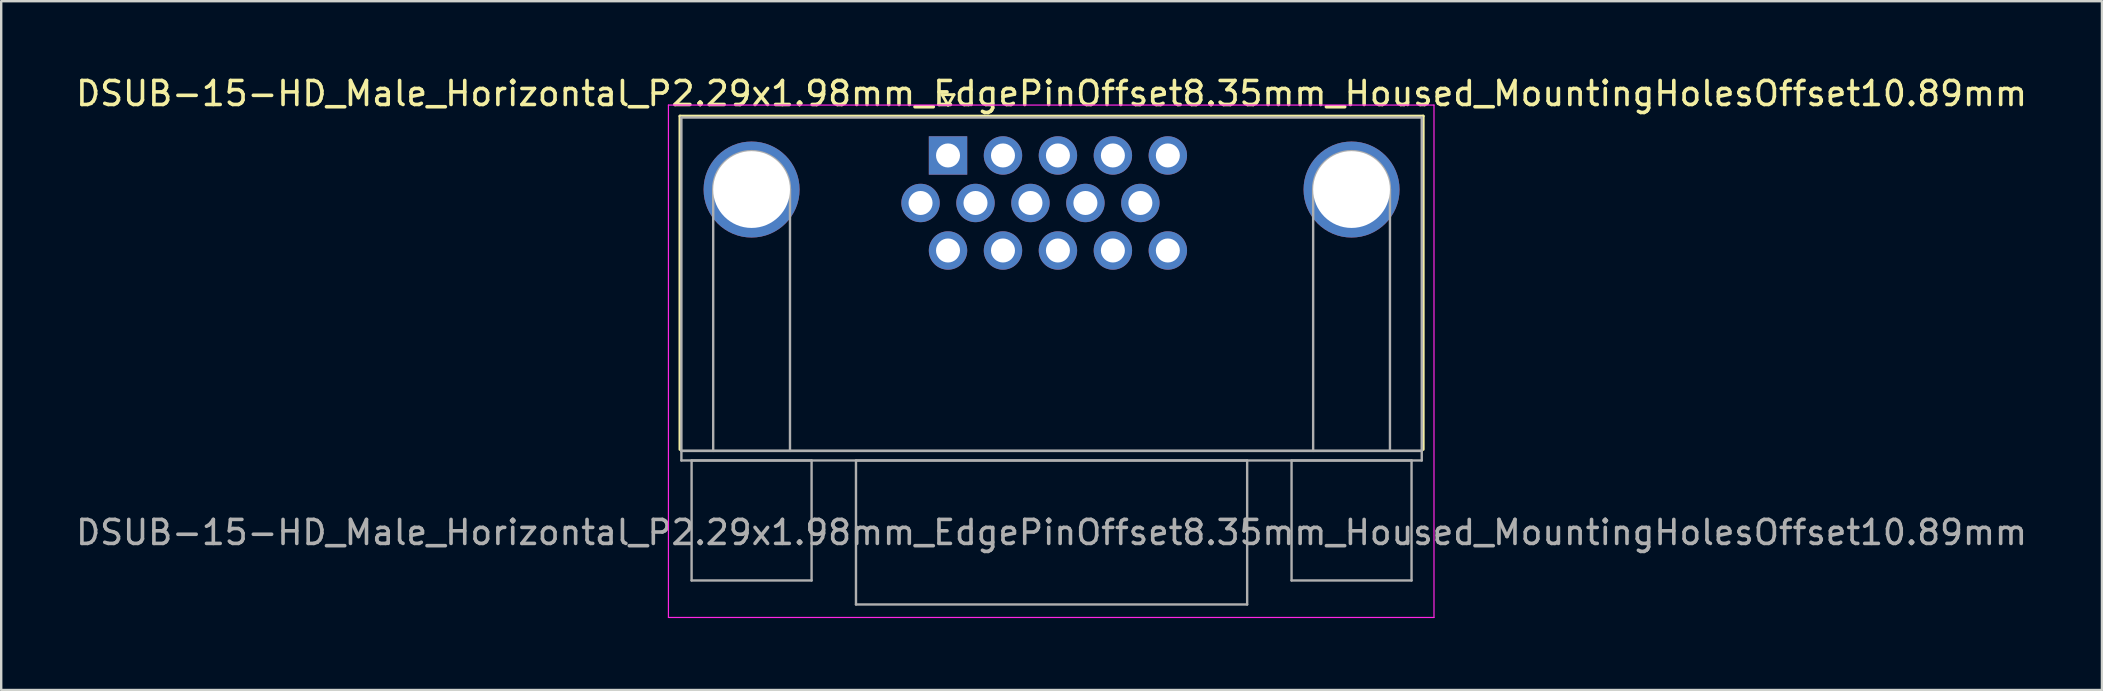
<source format=kicad_pcb>
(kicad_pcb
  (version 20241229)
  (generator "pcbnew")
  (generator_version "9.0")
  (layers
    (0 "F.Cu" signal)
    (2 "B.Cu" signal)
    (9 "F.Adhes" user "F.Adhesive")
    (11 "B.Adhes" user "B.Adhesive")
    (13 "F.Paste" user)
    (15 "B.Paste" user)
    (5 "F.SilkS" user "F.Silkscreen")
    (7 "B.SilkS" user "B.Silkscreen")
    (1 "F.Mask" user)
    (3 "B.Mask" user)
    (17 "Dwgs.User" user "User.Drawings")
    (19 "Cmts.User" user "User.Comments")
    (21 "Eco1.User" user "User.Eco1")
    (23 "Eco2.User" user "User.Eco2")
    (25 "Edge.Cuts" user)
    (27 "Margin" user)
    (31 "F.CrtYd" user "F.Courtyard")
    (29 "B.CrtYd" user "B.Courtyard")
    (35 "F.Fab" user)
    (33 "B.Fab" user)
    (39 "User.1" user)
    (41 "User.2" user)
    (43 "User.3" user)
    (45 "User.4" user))
  (footprint "DSUB-15-HD_Male_Horizontal_P2.29x1.98mm_EdgePinOffset8.35mm_Housed_MountingHolesOffset10.89mm"
    (layer "F.Cu")
    (at 36.453 3.428)
    (property "Reference" "DSUB-15-HD_Male_Horizontal_P2.29x1.98mm_EdgePinOffset8.35mm_Housed_MountingHolesOffset10.89mm" (at 4.315 -2.58 0) (layer "F.SilkS") (effects (font (size 1 1) (thickness 0.15))))
    (attr through_hole)
    (fp_line (start -11.17 -1.64) (end 19.8 -1.64) (stroke (width 0.12) (type solid)) (layer "F.SilkS"))
    (fp_line (start -11.17 12.25) (end -11.17 -1.64) (stroke (width 0.12) (type solid)) (layer "F.SilkS"))
    (fp_line (start -0.25 -2.534) (end 0.25 -2.534) (stroke (width 0.12) (type solid)) (layer "F.SilkS"))
    (fp_line (start 0 -2.101) (end -0.25 -2.534) (stroke (width 0.12) (type solid)) (layer "F.SilkS"))
    (fp_line (start 0.25 -2.534) (end 0 -2.101) (stroke (width 0.12) (type solid)) (layer "F.SilkS"))
    (fp_line (start 19.8 -1.64) (end 19.8 12.25) (stroke (width 0.12) (type solid)) (layer "F.SilkS"))
    (fp_line (start -11.65 -2.1) (end -11.65 19.25) (stroke (width 0.05) (type solid)) (layer "F.CrtYd"))
    (fp_line (start -11.65 19.25) (end 20.25 19.25) (stroke (width 0.05) (type solid)) (layer "F.CrtYd"))
    (fp_line (start 20.25 -2.1) (end -11.65 -2.1) (stroke (width 0.05) (type solid)) (layer "F.CrtYd"))
    (fp_line (start 20.25 19.25) (end 20.25 -2.1) (stroke (width 0.05) (type solid)) (layer "F.CrtYd"))
    (fp_line (start -11.11 -1.58) (end -11.11 12.31) (stroke (width 0.1) (type solid)) (layer "F.Fab"))
    (fp_line (start -11.11 12.31) (end -11.11 12.71) (stroke (width 0.1) (type solid)) (layer "F.Fab"))
    (fp_line (start -11.11 12.31) (end 19.74 12.31) (stroke (width 0.1) (type solid)) (layer "F.Fab"))
    (fp_line (start -11.11 12.71) (end 19.74 12.71) (stroke (width 0.1) (type solid)) (layer "F.Fab"))
    (fp_line (start -10.685 12.71) (end -10.685 17.71) (stroke (width 0.1) (type solid)) (layer "F.Fab"))
    (fp_line (start -10.685 17.71) (end -5.685 17.71) (stroke (width 0.1) (type solid)) (layer "F.Fab"))
    (fp_line (start -9.785 12.31) (end -9.785 1.42) (stroke (width 0.1) (type solid)) (layer "F.Fab"))
    (fp_line (start -6.585 12.31) (end -6.585 1.42) (stroke (width 0.1) (type solid)) (layer "F.Fab"))
    (fp_line (start -5.685 12.71) (end -10.685 12.71) (stroke (width 0.1) (type solid)) (layer "F.Fab"))
    (fp_line (start -5.685 17.71) (end -5.685 12.71) (stroke (width 0.1) (type solid)) (layer "F.Fab"))
    (fp_line (start -3.835 12.71) (end -3.835 18.71) (stroke (width 0.1) (type solid)) (layer "F.Fab"))
    (fp_line (start -3.835 18.71) (end 12.465 18.71) (stroke (width 0.1) (type solid)) (layer "F.Fab"))
    (fp_line (start 12.465 12.71) (end -3.835 12.71) (stroke (width 0.1) (type solid)) (layer "F.Fab"))
    (fp_line (start 12.465 18.71) (end 12.465 12.71) (stroke (width 0.1) (type solid)) (layer "F.Fab"))
    (fp_line (start 14.315 12.71) (end 14.315 17.71) (stroke (width 0.1) (type solid)) (layer "F.Fab"))
    (fp_line (start 14.315 17.71) (end 19.315 17.71) (stroke (width 0.1) (type solid)) (layer "F.Fab"))
    (fp_line (start 15.215 12.31) (end 15.215 1.42) (stroke (width 0.1) (type solid)) (layer "F.Fab"))
    (fp_line (start 18.415 12.31) (end 18.415 1.42) (stroke (width 0.1) (type solid)) (layer "F.Fab"))
    (fp_line (start 19.315 12.71) (end 14.315 12.71) (stroke (width 0.1) (type solid)) (layer "F.Fab"))
    (fp_line (start 19.315 17.71) (end 19.315 12.71) (stroke (width 0.1) (type solid)) (layer "F.Fab"))
    (fp_line (start 19.74 -1.58) (end -11.11 -1.58) (stroke (width 0.1) (type solid)) (layer "F.Fab"))
    (fp_line (start 19.74 12.31) (end -11.11 12.31) (stroke (width 0.1) (type solid)) (layer "F.Fab"))
    (fp_line (start 19.74 12.31) (end 19.74 -1.58) (stroke (width 0.1) (type solid)) (layer "F.Fab"))
    (fp_line (start 19.74 12.71) (end 19.74 12.31) (stroke (width 0.1) (type solid)) (layer "F.Fab"))
    (fp_arc (start -9.785 1.42) (mid -8.185 -0.18) (end -6.585 1.42) (stroke (width 0.1) (type solid)) (layer "F.Fab"))
    (fp_arc (start 15.215 1.42) (mid 16.815 -0.18) (end 18.415 1.42) (stroke (width 0.1) (type solid)) (layer "F.Fab"))
    (fp_text user "${REFERENCE}" (at 4.315 15.71 0) (layer "F.Fab") (effects (font (size 1 1) (thickness 0.15))))
    (pad "0" thru_hole circle (at -8.185 1.42) (size 4 4) (drill 3.2) (layers "*.Cu" "*.Mask"))
    (pad "0" thru_hole circle (at 16.815 1.42) (size 4 4) (drill 3.2) (layers "*.Cu" "*.Mask"))
    (pad "1" thru_hole rect (at 0 0) (size 1.6 1.6) (drill 1) (layers "*.Cu" "*.Mask"))
    (pad "2" thru_hole circle (at 2.29 0) (size 1.6 1.6) (drill 1) (layers "*.Cu" "*.Mask"))
    (pad "3" thru_hole circle (at 4.58 0) (size 1.6 1.6) (drill 1) (layers "*.Cu" "*.Mask"))
    (pad "4" thru_hole circle (at 6.87 0) (size 1.6 1.6) (drill 1) (layers "*.Cu" "*.Mask"))
    (pad "5" thru_hole circle (at 9.16 0) (size 1.6 1.6) (drill 1) (layers "*.Cu" "*.Mask"))
    (pad "6" thru_hole circle (at -1.145 1.98) (size 1.6 1.6) (drill 1) (layers "*.Cu" "*.Mask"))
    (pad "7" thru_hole circle (at 1.145 1.98) (size 1.6 1.6) (drill 1) (layers "*.Cu" "*.Mask"))
    (pad "8" thru_hole circle (at 3.435 1.98) (size 1.6 1.6) (drill 1) (layers "*.Cu" "*.Mask"))
    (pad "9" thru_hole circle (at 5.725 1.98) (size 1.6 1.6) (drill 1) (layers "*.Cu" "*.Mask"))
    (pad "10" thru_hole circle (at 8.015 1.98) (size 1.6 1.6) (drill 1) (layers "*.Cu" "*.Mask"))
    (pad "11" thru_hole circle (at 0 3.96) (size 1.6 1.6) (drill 1) (layers "*.Cu" "*.Mask"))
    (pad "12" thru_hole circle (at 2.29 3.96) (size 1.6 1.6) (drill 1) (layers "*.Cu" "*.Mask"))
    (pad "13" thru_hole circle (at 4.58 3.96) (size 1.6 1.6) (drill 1) (layers "*.Cu" "*.Mask"))
    (pad "14" thru_hole circle (at 6.87 3.96) (size 1.6 1.6) (drill 1) (layers "*.Cu" "*.Mask"))
    (pad "15" thru_hole circle (at 9.16 3.96) (size 1.6 1.6) (drill 1) (layers "*.Cu" "*.Mask")))
  (gr_rect
    (start -3 -3)
    (end 84.536 25.703)
    (stroke (width 0.1) (type default))
    (fill no)
    (layer "Edge.Cuts")))
</source>
